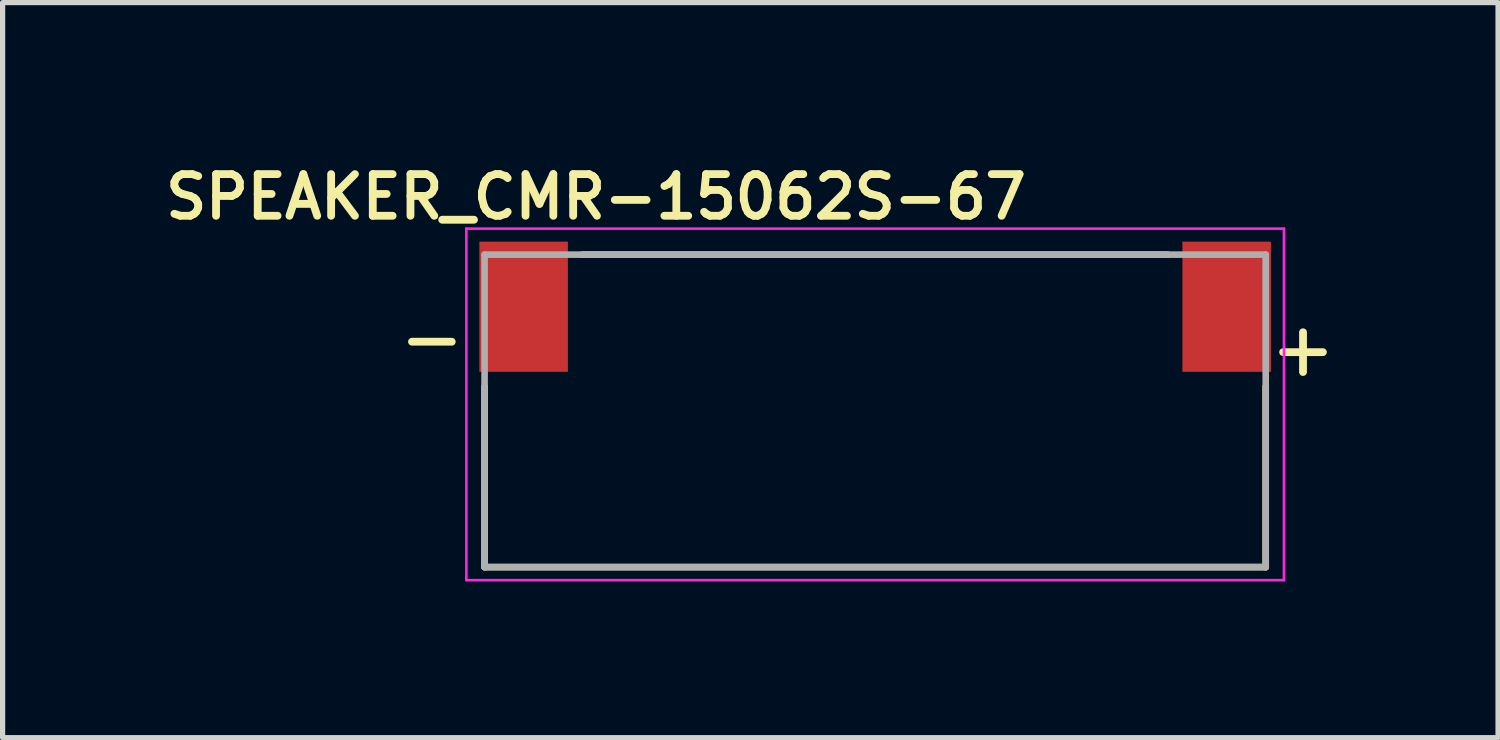
<source format=kicad_pcb>
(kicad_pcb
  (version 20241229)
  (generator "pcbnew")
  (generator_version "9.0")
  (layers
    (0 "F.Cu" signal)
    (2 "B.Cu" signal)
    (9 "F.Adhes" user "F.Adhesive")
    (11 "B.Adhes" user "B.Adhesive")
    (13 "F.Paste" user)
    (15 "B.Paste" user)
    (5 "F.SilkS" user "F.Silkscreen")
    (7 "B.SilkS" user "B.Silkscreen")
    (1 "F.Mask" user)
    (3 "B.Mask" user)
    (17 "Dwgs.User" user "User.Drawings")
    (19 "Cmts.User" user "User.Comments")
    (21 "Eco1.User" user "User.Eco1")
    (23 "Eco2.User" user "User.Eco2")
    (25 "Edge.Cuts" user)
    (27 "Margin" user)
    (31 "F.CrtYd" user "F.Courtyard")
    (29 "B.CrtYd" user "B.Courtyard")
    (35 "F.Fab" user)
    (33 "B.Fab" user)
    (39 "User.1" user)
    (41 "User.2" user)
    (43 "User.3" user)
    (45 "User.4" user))
  (footprint "SPEAKER_CMR-15062S-67"
    (layer "F.Cu")
    (at 13.755 4.84)
    (property "Reference" "SPEAKER_CMR-15062S-67" (at -5.361 -4.109 0) (layer "F.SilkS") (effects (font (size 0.8 0.8) (thickness 0.15))))
    (attr smd)
    (fp_line (start -7.5 -0.47) (end -7.5 3) (stroke (width 0.127) (type solid)) (layer "F.SilkS"))
    (fp_line (start -7.5 3) (end 7.5 3) (stroke (width 0.127) (type solid)) (layer "F.SilkS"))
    (fp_line (start -5.62 -3) (end 5.62 -3) (stroke (width 0.127) (type solid)) (layer "F.SilkS"))
    (fp_line (start 7.5 3) (end 7.5 -0.47) (stroke (width 0.127) (type solid)) (layer "F.SilkS"))
    (fp_line (start -7.85 -3.5) (end 7.85 -3.5) (stroke (width 0.05) (type solid)) (layer "F.CrtYd"))
    (fp_line (start -7.85 3.25) (end -7.85 -3.5) (stroke (width 0.05) (type solid)) (layer "F.CrtYd"))
    (fp_line (start 7.85 -3.5) (end 7.85 3.25) (stroke (width 0.05) (type solid)) (layer "F.CrtYd"))
    (fp_line (start 7.85 3.25) (end -7.85 3.25) (stroke (width 0.05) (type solid)) (layer "F.CrtYd"))
    (fp_line (start -7.5 -3) (end 7.5 -3) (stroke (width 0.127) (type solid)) (layer "F.Fab"))
    (fp_line (start -7.5 3) (end -7.5 -3) (stroke (width 0.127) (type solid)) (layer "F.Fab"))
    (fp_line (start 7.5 -3) (end 7.5 3) (stroke (width 0.127) (type solid)) (layer "F.Fab"))
    (fp_line (start 7.5 3) (end -7.5 3) (stroke (width 0.127) (type solid)) (layer "F.Fab"))
    (fp_text user "-" (at -8.512 -1.402 0) (layer "F.SilkS") (effects (font (size 1.001 1.001) (thickness 0.15))))
    (fp_text user "+" (at 8.216 -1.202 0) (layer "F.SilkS") (effects (font (size 1.002 1.002) (thickness 0.15))))
    (pad "N" smd rect (at -6.75 -2) (size 1.7 2.5) (layers "F.Cu" "F.Mask" "F.Paste"))
    (pad "P" smd rect (at 6.75 -2) (size 1.7 2.5) (layers "F.Cu" "F.Mask" "F.Paste")))
  (gr_rect
    (start -3 -3)
    (end 25.716 11.115)
    (stroke (width 0.1) (type default))
    (fill no)
    (layer "Edge.Cuts")))
</source>
